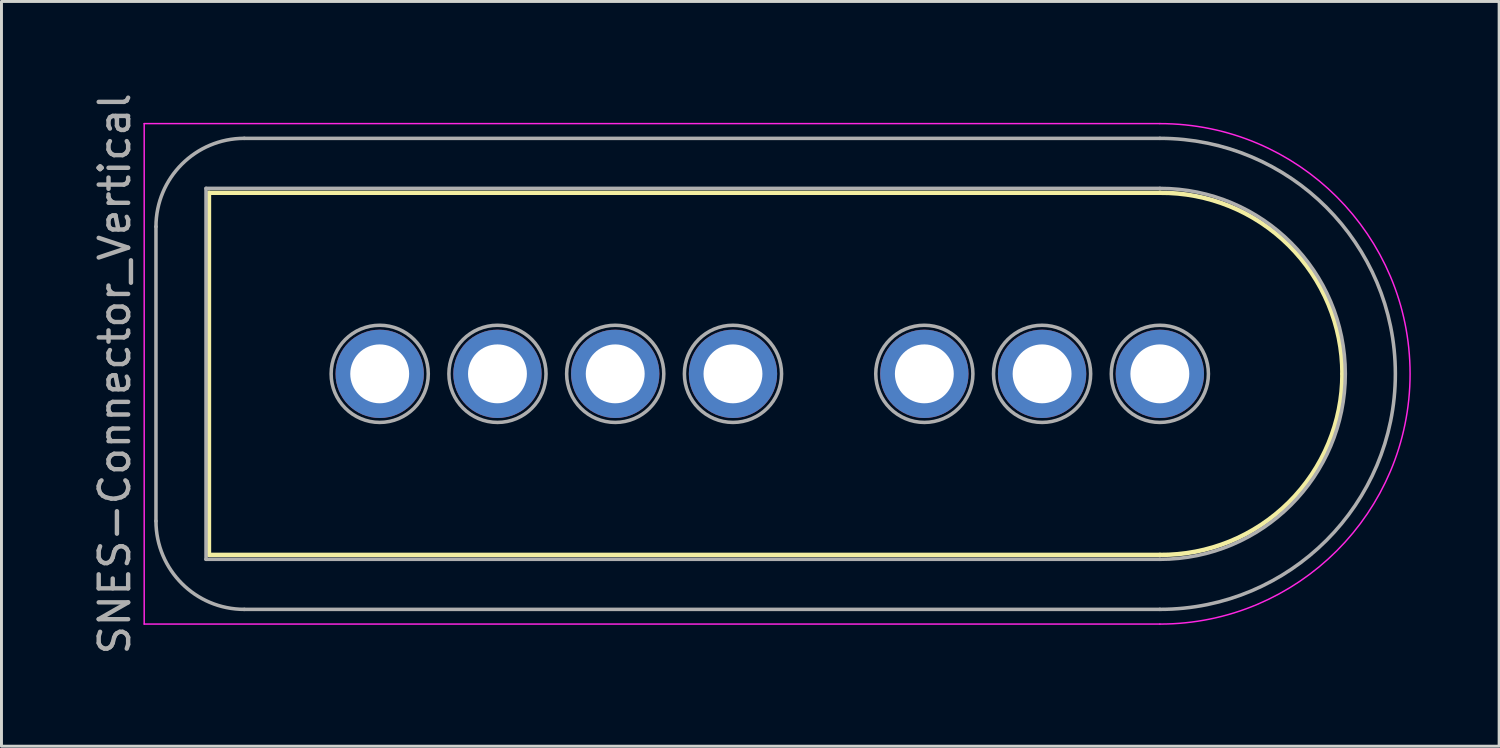
<source format=kicad_pcb>
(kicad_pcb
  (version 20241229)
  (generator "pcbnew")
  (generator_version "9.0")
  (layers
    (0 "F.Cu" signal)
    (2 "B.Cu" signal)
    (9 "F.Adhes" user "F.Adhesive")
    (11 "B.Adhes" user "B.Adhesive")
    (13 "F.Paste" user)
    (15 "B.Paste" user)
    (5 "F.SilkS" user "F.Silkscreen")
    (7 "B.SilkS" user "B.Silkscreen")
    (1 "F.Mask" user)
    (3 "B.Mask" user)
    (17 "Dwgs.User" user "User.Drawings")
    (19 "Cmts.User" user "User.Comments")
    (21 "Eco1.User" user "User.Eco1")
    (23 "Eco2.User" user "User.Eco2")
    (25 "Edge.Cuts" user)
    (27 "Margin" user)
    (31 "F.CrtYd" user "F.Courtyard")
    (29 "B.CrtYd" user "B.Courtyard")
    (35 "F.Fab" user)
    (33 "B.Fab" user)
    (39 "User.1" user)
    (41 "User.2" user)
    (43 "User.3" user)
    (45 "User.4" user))
  (footprint "SNES-Connector_Vertical"
    (layer "F.Cu")
    (at 9.848 9.649)
    (property "Reference" "SNES-Connector_Vertical" (at -9 0 270) (layer "F.Fab") (effects (font (size 1 1) (thickness 0.15))))
    (attr through_hole)
    (fp_line (start -5.8 -6.15) (end 26.5 -6.15) (stroke (width 0.15) (type solid)) (layer "F.SilkS"))
    (fp_line (start -5.8 6.15) (end -5.8 -6.15) (stroke (width 0.15) (type solid)) (layer "F.SilkS"))
    (fp_line (start -5.8 6.15) (end 26.5 6.15) (stroke (width 0.15) (type solid)) (layer "F.SilkS"))
    (fp_arc (start 26.5 -6.15) (mid 30.881137 -4.366492) (end 32.700203 0) (stroke (width 0.15) (type solid)) (layer "F.SilkS"))
    (fp_arc (start 32.7 0) (mid 30.880994 4.366348) (end 26.500002 6.149797) (stroke (width 0.15) (type solid)) (layer "F.SilkS"))
    (fp_line (start -8 -8.5) (end -8 8.5) (stroke (width 0.05) (type solid)) (layer "F.CrtYd"))
    (fp_line (start -8 -8.5) (end 26.5 -8.5) (stroke (width 0.05) (type solid)) (layer "F.CrtYd"))
    (fp_line (start -8 8.5) (end 26.5 8.5) (stroke (width 0.05) (type solid)) (layer "F.CrtYd"))
    (fp_arc (start 26.5 -8.5) (mid 35 0) (end 26.5 8.5) (stroke (width 0.05) (type solid)) (layer "F.CrtYd"))
    (fp_line (start -7.6 -5) (end -7.6 5) (stroke (width 0.12) (type solid)) (layer "F.Fab"))
    (fp_line (start -5.9 -6.3) (end -5.9 6.3) (stroke (width 0.12) (type solid)) (layer "F.Fab"))
    (fp_line (start -5.9 -6.3) (end 26.5 -6.3) (stroke (width 0.12) (type solid)) (layer "F.Fab"))
    (fp_line (start -5.9 6.3) (end 26.5 6.3) (stroke (width 0.12) (type solid)) (layer "F.Fab"))
    (fp_line (start -4.6 -8) (end 26.5 -8) (stroke (width 0.12) (type solid)) (layer "F.Fab"))
    (fp_line (start -4.6 8) (end 26.5 8) (stroke (width 0.12) (type solid)) (layer "F.Fab"))
    (fp_arc (start -7.6 -5) (mid -6.72132 -7.12132) (end -4.6 -8) (stroke (width 0.12) (type solid)) (layer "F.Fab"))
    (fp_arc (start -4.6 8) (mid -6.72132 7.12132) (end -7.6 5) (stroke (width 0.12) (type solid)) (layer "F.Fab"))
    (fp_arc (start 26.5 -8) (mid 34.5 0) (end 26.5 8) (stroke (width 0.12) (type solid)) (layer "F.Fab"))
    (fp_arc (start 26.5 -6.3) (mid 32.8 0) (end 26.5 6.3) (stroke (width 0.12) (type solid)) (layer "F.Fab"))
    (fp_circle (center 0 0) (end 1.65 0) (stroke (width 0.12) (type solid)) (fill no) (layer "F.Fab"))
    (fp_circle (center 4 0) (end 5.65 0) (stroke (width 0.12) (type solid)) (fill no) (layer "F.Fab"))
    (fp_circle (center 8 0) (end 9.65 0) (stroke (width 0.12) (type solid)) (fill no) (layer "F.Fab"))
    (fp_circle (center 12 0) (end 13.65 0) (stroke (width 0.12) (type solid)) (fill no) (layer "F.Fab"))
    (fp_circle (center 18.5 0) (end 20.15 0) (stroke (width 0.12) (type solid)) (fill no) (layer "F.Fab"))
    (fp_circle (center 22.5 0) (end 24.15 0) (stroke (width 0.12) (type solid)) (fill no) (layer "F.Fab"))
    (fp_circle (center 26.5 0) (end 28.15 0) (stroke (width 0.12) (type solid)) (fill no) (layer "F.Fab"))
    (pad "1" thru_hole circle (at 0 0) (size 3 3) (drill 2) (layers "*.Cu" "*.Mask"))
    (pad "2" thru_hole circle (at 4 0) (size 3 3) (drill 2) (layers "*.Cu" "*.Mask"))
    (pad "3" thru_hole circle (at 8 0) (size 3 3) (drill 2) (layers "*.Cu" "*.Mask"))
    (pad "4" thru_hole circle (at 12 0) (size 3 3) (drill 2) (layers "*.Cu" "*.Mask"))
    (pad "5" thru_hole circle (at 18.5 0) (size 3 3) (drill 2) (layers "*.Cu" "*.Mask"))
    (pad "6" thru_hole circle (at 22.5 0) (size 3 3) (drill 2) (layers "*.Cu" "*.Mask"))
    (pad "7" thru_hole circle (at 26.5 0) (size 3 3) (drill 2) (layers "*.Cu" "*.Mask")))
  (gr_rect
    (start -3 -3)
    (end 47.873 22.298)
    (stroke (width 0.1) (type default))
    (fill no)
    (layer "Edge.Cuts")))
</source>
